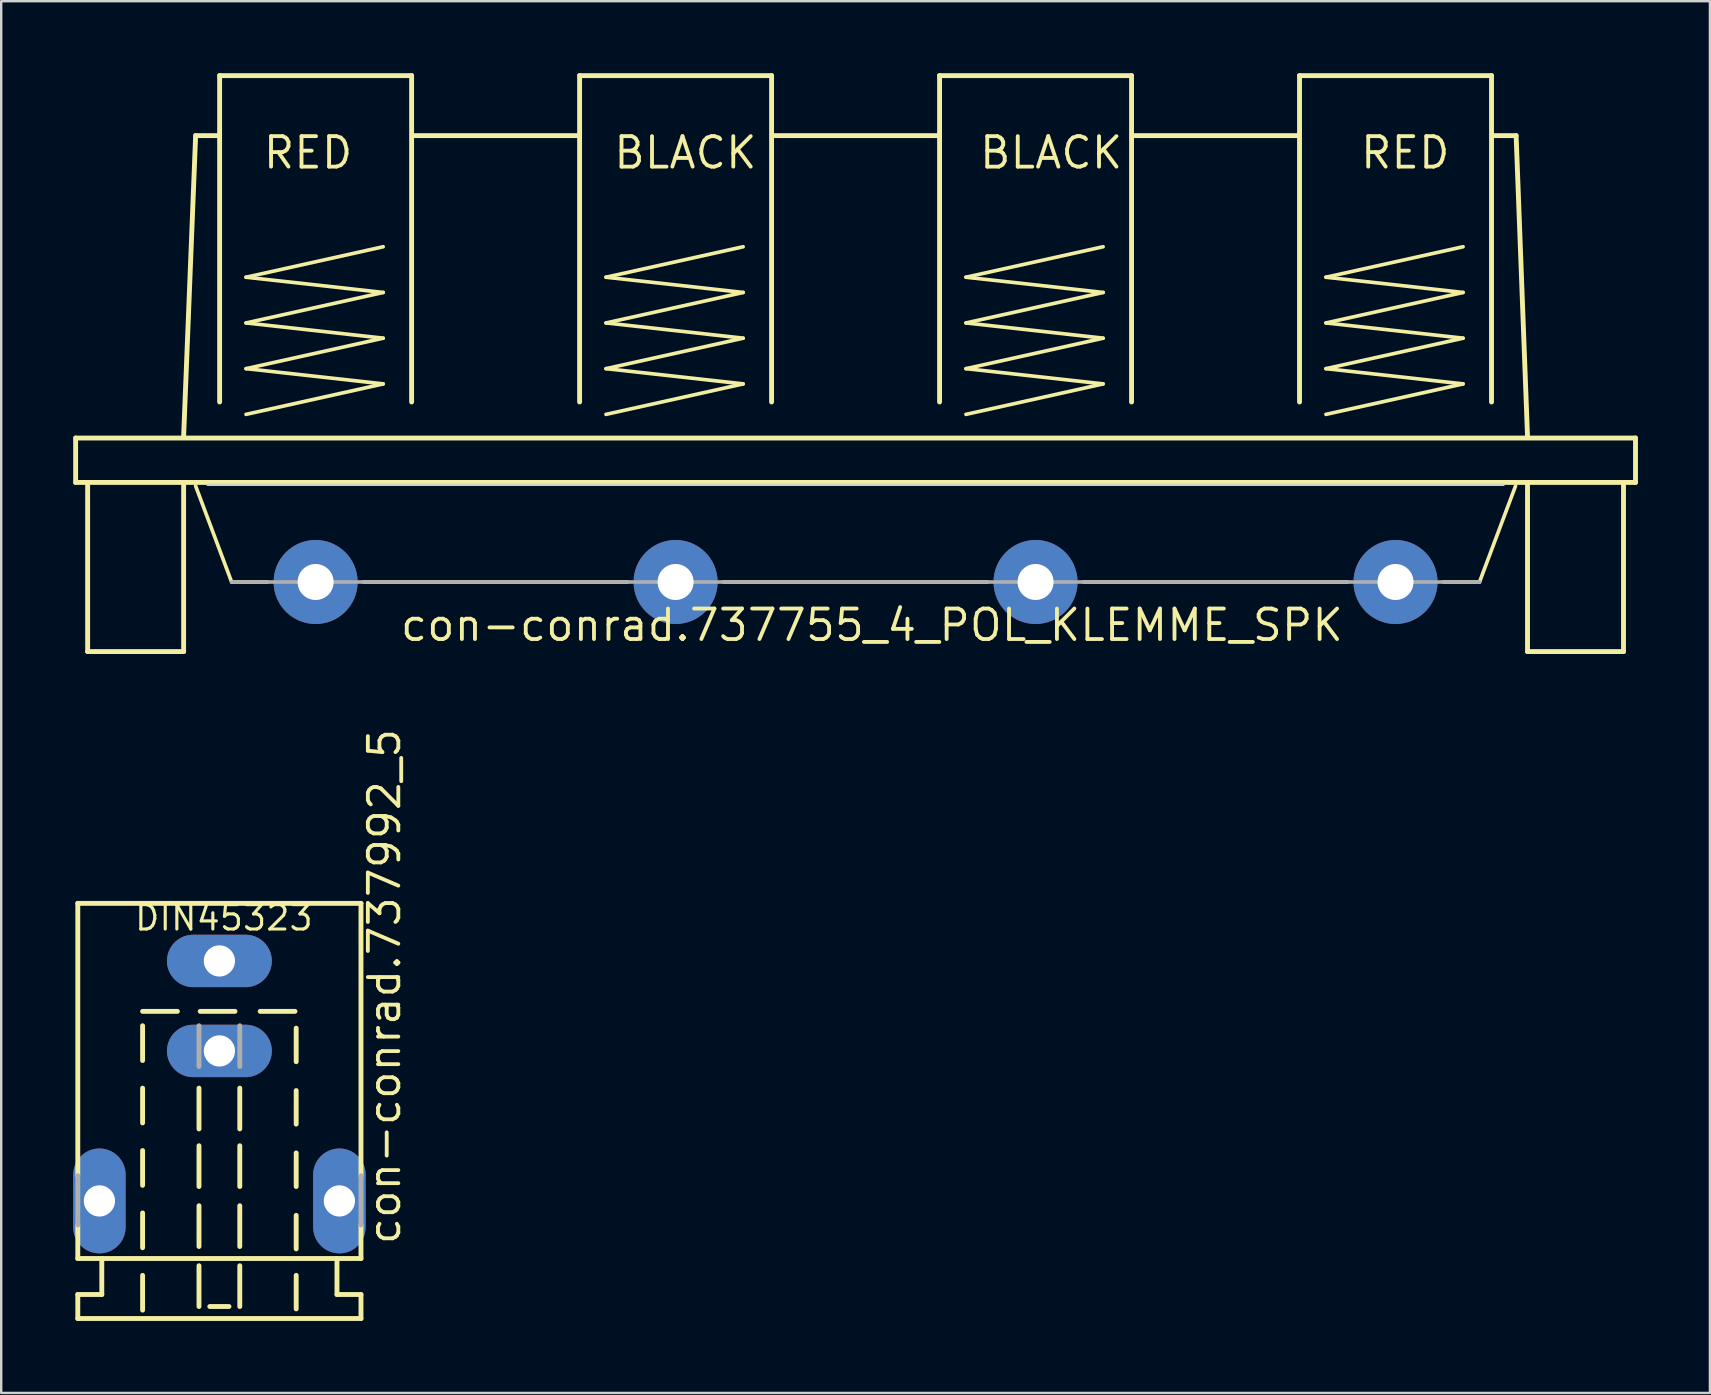
<source format=kicad_pcb>
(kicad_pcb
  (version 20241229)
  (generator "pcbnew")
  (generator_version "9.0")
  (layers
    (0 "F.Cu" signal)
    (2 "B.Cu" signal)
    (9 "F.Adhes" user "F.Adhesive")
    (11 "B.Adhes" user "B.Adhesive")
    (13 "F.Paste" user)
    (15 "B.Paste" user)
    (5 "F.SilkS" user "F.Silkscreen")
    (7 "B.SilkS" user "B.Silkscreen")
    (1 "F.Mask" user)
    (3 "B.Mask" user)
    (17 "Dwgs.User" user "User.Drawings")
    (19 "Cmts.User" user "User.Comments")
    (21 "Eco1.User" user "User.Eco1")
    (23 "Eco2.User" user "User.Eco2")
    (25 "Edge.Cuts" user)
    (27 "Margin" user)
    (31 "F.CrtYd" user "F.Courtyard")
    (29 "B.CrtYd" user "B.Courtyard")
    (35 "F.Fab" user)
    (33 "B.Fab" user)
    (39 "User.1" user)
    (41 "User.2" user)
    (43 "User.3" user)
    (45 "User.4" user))
  (footprint "con-conrad.737992_5"
    (layer "F.Cu")
    (at 6.092 46.993)
    (property "Reference" "con-conrad.737992_5" (at 7.62 1.905 90) (layer "F.SilkS") (effects (font (size 1.27 1.27) (thickness 0.16)) (justify left bottom)))
    (attr through_hole)
    (fp_line (start -5.9 -12.4) (end 5.9 -12.4) (stroke (width 0.203) (type default)) (layer "F.SilkS"))
    (fp_line (start -5.9 -1.05) (end -5.9 -12.4) (stroke (width 0.203) (type default)) (layer "F.SilkS"))
    (fp_line (start -5.9 2.4) (end -5.9 1) (stroke (width 0.203) (type default)) (layer "F.SilkS"))
    (fp_line (start -5.9 3.9) (end -4.9 3.9) (stroke (width 0.203) (type default)) (layer "F.SilkS"))
    (fp_line (start -5.9 4.9) (end -5.9 3.9) (stroke (width 0.203) (type default)) (layer "F.SilkS"))
    (fp_line (start -5.9 4.9) (end 5.9 4.9) (stroke (width 0.203) (type default)) (layer "F.SilkS"))
    (fp_line (start -4.9 2.4) (end -5.9 2.4) (stroke (width 0.203) (type default)) (layer "F.SilkS"))
    (fp_line (start -4.9 2.4) (end 4.9 2.4) (stroke (width 0.203) (type default)) (layer "F.SilkS"))
    (fp_line (start -4.9 3.9) (end -4.9 2.4) (stroke (width 0.203) (type default)) (layer "F.SilkS"))
    (fp_line (start -3.2 -7.9) (end -1.75 -7.9) (stroke (width 0.203) (type default)) (layer "F.SilkS"))
    (fp_line (start -3.2 -7.3) (end -3.2 -5.85) (stroke (width 0.203) (type default)) (layer "F.SilkS"))
    (fp_line (start -3.2 -4.7) (end -3.2 -3.25) (stroke (width 0.203) (type default)) (layer "F.SilkS"))
    (fp_line (start -3.2 -2.1) (end -3.2 -0.65) (stroke (width 0.203) (type default)) (layer "F.SilkS"))
    (fp_line (start -3.2 0.5) (end -3.2 1.95) (stroke (width 0.203) (type default)) (layer "F.SilkS"))
    (fp_line (start -3.2 3.1) (end -3.2 4.55) (stroke (width 0.203) (type default)) (layer "F.SilkS"))
    (fp_line (start -0.85 -4.7) (end -0.85 -3) (stroke (width 0.203) (type default)) (layer "F.SilkS"))
    (fp_line (start -0.85 -2.3) (end -0.85 -0.6) (stroke (width 0.203) (type default)) (layer "F.SilkS"))
    (fp_line (start -0.85 0.2) (end -0.85 1.9) (stroke (width 0.203) (type default)) (layer "F.SilkS"))
    (fp_line (start -0.85 2.7) (end -0.85 4.4) (stroke (width 0.203) (type default)) (layer "F.SilkS"))
    (fp_line (start -0.8 -7.9) (end 0.65 -7.9) (stroke (width 0.203) (type default)) (layer "F.SilkS"))
    (fp_line (start -0.4 4.4) (end 0.4 4.4) (stroke (width 0.203) (type default)) (layer "F.SilkS"))
    (fp_line (start 0.85 -4.7) (end 0.85 -3) (stroke (width 0.203) (type default)) (layer "F.SilkS"))
    (fp_line (start 0.85 -2.3) (end 0.85 -0.6) (stroke (width 0.203) (type default)) (layer "F.SilkS"))
    (fp_line (start 0.85 0.2) (end 0.85 1.9) (stroke (width 0.203) (type default)) (layer "F.SilkS"))
    (fp_line (start 0.85 2.7) (end 0.85 4.4) (stroke (width 0.203) (type default)) (layer "F.SilkS"))
    (fp_line (start 1.7 -7.9) (end 3.15 -7.9) (stroke (width 0.203) (type default)) (layer "F.SilkS"))
    (fp_line (start 3.2 -7.2) (end 3.2 -5.8) (stroke (width 0.203) (type default)) (layer "F.SilkS"))
    (fp_line (start 3.2 -4.6) (end 3.2 -3.2) (stroke (width 0.203) (type default)) (layer "F.SilkS"))
    (fp_line (start 3.2 -2) (end 3.2 -0.6) (stroke (width 0.203) (type default)) (layer "F.SilkS"))
    (fp_line (start 3.2 0.6) (end 3.2 2) (stroke (width 0.203) (type default)) (layer "F.SilkS"))
    (fp_line (start 3.2 3.1) (end 3.2 4.5) (stroke (width 0.203) (type default)) (layer "F.SilkS"))
    (fp_line (start 4.9 2.4) (end 4.9 3.9) (stroke (width 0.203) (type default)) (layer "F.SilkS"))
    (fp_line (start 4.9 3.9) (end 5.9 3.9) (stroke (width 0.203) (type default)) (layer "F.SilkS"))
    (fp_line (start 5.9 -1.05) (end 5.9 -12.4) (stroke (width 0.203) (type default)) (layer "F.SilkS"))
    (fp_line (start 5.9 2.4) (end 4.9 2.4) (stroke (width 0.203) (type default)) (layer "F.SilkS"))
    (fp_line (start 5.9 2.4) (end 5.9 1) (stroke (width 0.203) (type default)) (layer "F.SilkS"))
    (fp_line (start 5.9 4.9) (end 5.9 3.9) (stroke (width 0.203) (type default)) (layer "F.SilkS"))
    (fp_line (start -5.9 -1.05) (end -5.9 1) (stroke (width 0.203) (type default)) (layer "F.Fab"))
    (fp_line (start -0.85 -7.3) (end -0.85 -5.6) (stroke (width 0.203) (type default)) (layer "F.Fab"))
    (fp_line (start 0.85 -7.3) (end 0.85 -5.6) (stroke (width 0.203) (type default)) (layer "F.Fab"))
    (fp_line (start 5.9 -1.05) (end 5.9 1) (stroke (width 0.203) (type default)) (layer "F.Fab"))
    (fp_text user "DIN45323" (at -3.6 -11.2 0) (layer "F.SilkS") (effects (font (size 1.016 1.016) (thickness 0.13)) (justify left bottom)))
    (pad "+" thru_hole oval (at 0 -10) (size 4.369 2.184) (drill 1.3) (layers "*.Cu" "*.Mask"))
    (pad "-1" thru_hole oval (at 5 0 90) (size 4.369 2.184) (drill 1.3) (layers "*.Cu" "*.Mask"))
    (pad "-2" thru_hole oval (at -5 0 90) (size 4.369 2.184) (drill 1.3) (layers "*.Cu" "*.Mask"))
    (pad "K" thru_hole oval (at 0 -6.25) (size 4.369 2.184) (drill 1.3) (layers "*.Cu" "*.Mask")))
  (footprint "con-conrad.737755_4_POL_KLEMME_SPK"
    (layer "F.Cu")
    (at 32.602 21.202)
    (property "Reference" "con-conrad.737755_4_POL_KLEMME_SPK" (at -19.05 2.54 0) (layer "F.SilkS") (effects (font (size 1.27 1.27) (thickness 0.16)) (justify left bottom)))
    (attr through_hole)
    (fp_line (start -32.5 -6) (end -32.5 -4.15) (stroke (width 0.203) (type default)) (layer "F.SilkS"))
    (fp_line (start -32.5 -6) (end 32.5 -6) (stroke (width 0.203) (type default)) (layer "F.SilkS"))
    (fp_line (start -32.5 -4.15) (end 32.5 -4.15) (stroke (width 0.203) (type default)) (layer "F.SilkS"))
    (fp_line (start -32 -4.075) (end -32 2.9) (stroke (width 0.203) (type default)) (layer "F.SilkS"))
    (fp_line (start -32 2.9) (end -28 2.9) (stroke (width 0.203) (type default)) (layer "F.SilkS"))
    (fp_line (start -28 2.9) (end -28 -4.075) (stroke (width 0.203) (type default)) (layer "F.SilkS"))
    (fp_line (start -27.5 -18.6) (end -28 -6.075) (stroke (width 0.203) (type default)) (layer "F.SilkS"))
    (fp_line (start -27.5 -18.6) (end -26.55 -18.6) (stroke (width 0.203) (type default)) (layer "F.SilkS"))
    (fp_line (start -27.5 -4) (end -26 0) (stroke (width 0.152) (type default)) (layer "F.SilkS"))
    (fp_line (start -26.5 -21.1) (end -26.5 -7.5) (stroke (width 0.203) (type default)) (layer "F.SilkS"))
    (fp_line (start -26.5 -21.1) (end -18.5 -21.1) (stroke (width 0.203) (type default)) (layer "F.SilkS"))
    (fp_line (start -26 0) (end -24.5 0) (stroke (width 0.152) (type default)) (layer "F.SilkS"))
    (fp_line (start -25.4 -12.7) (end -19.685 -13.97) (stroke (width 0.152) (type default)) (layer "F.SilkS"))
    (fp_line (start -25.4 -10.795) (end -19.685 -12.065) (stroke (width 0.152) (type default)) (layer "F.SilkS"))
    (fp_line (start -25.4 -8.89) (end -19.685 -10.16) (stroke (width 0.152) (type default)) (layer "F.SilkS"))
    (fp_line (start -25.4 -6.985) (end -19.685 -8.255) (stroke (width 0.152) (type default)) (layer "F.SilkS"))
    (fp_line (start -20.5 0) (end -9.5 0) (stroke (width 0.152) (type default)) (layer "F.SilkS"))
    (fp_line (start -19.685 -12.065) (end -25.4 -12.7) (stroke (width 0.152) (type default)) (layer "F.SilkS"))
    (fp_line (start -19.685 -10.16) (end -25.4 -10.795) (stroke (width 0.152) (type default)) (layer "F.SilkS"))
    (fp_line (start -19.685 -8.255) (end -25.4 -8.89) (stroke (width 0.152) (type default)) (layer "F.SilkS"))
    (fp_line (start -18.5 -21.1) (end -18.5 -7.5) (stroke (width 0.203) (type default)) (layer "F.SilkS"))
    (fp_line (start -18.475 -18.6) (end -11.525 -18.6) (stroke (width 0.203) (type default)) (layer "F.SilkS"))
    (fp_line (start -11.5 -21.1) (end -11.5 -7.5) (stroke (width 0.203) (type default)) (layer "F.SilkS"))
    (fp_line (start -11.5 -21.1) (end -3.5 -21.1) (stroke (width 0.203) (type default)) (layer "F.SilkS"))
    (fp_line (start -10.4 -12.7) (end -4.685 -13.97) (stroke (width 0.152) (type default)) (layer "F.SilkS"))
    (fp_line (start -10.4 -10.795) (end -4.685 -12.065) (stroke (width 0.152) (type default)) (layer "F.SilkS"))
    (fp_line (start -10.4 -8.89) (end -4.685 -10.16) (stroke (width 0.152) (type default)) (layer "F.SilkS"))
    (fp_line (start -10.4 -6.985) (end -4.685 -8.255) (stroke (width 0.152) (type default)) (layer "F.SilkS"))
    (fp_line (start -5.5 0) (end 5.5 0) (stroke (width 0.152) (type default)) (layer "F.SilkS"))
    (fp_line (start -4.685 -12.065) (end -10.4 -12.7) (stroke (width 0.152) (type default)) (layer "F.SilkS"))
    (fp_line (start -4.685 -10.16) (end -10.4 -10.795) (stroke (width 0.152) (type default)) (layer "F.SilkS"))
    (fp_line (start -4.685 -8.255) (end -10.4 -8.89) (stroke (width 0.152) (type default)) (layer "F.SilkS"))
    (fp_line (start -3.5 -21.1) (end -3.5 -7.5) (stroke (width 0.203) (type default)) (layer "F.SilkS"))
    (fp_line (start -3.45 -18.6) (end 3.45 -18.6) (stroke (width 0.203) (type default)) (layer "F.SilkS"))
    (fp_line (start 3.5 -21.1) (end 3.5 -7.5) (stroke (width 0.203) (type default)) (layer "F.SilkS"))
    (fp_line (start 3.5 -21.1) (end 11.5 -21.1) (stroke (width 0.203) (type default)) (layer "F.SilkS"))
    (fp_line (start 4.6 -12.7) (end 10.315 -13.97) (stroke (width 0.152) (type default)) (layer "F.SilkS"))
    (fp_line (start 4.6 -10.795) (end 10.315 -12.065) (stroke (width 0.152) (type default)) (layer "F.SilkS"))
    (fp_line (start 4.6 -8.89) (end 10.315 -10.16) (stroke (width 0.152) (type default)) (layer "F.SilkS"))
    (fp_line (start 4.6 -6.985) (end 10.315 -8.255) (stroke (width 0.152) (type default)) (layer "F.SilkS"))
    (fp_line (start 9.5 0) (end 20.5 0) (stroke (width 0.152) (type default)) (layer "F.SilkS"))
    (fp_line (start 10.315 -12.065) (end 4.6 -12.7) (stroke (width 0.152) (type default)) (layer "F.SilkS"))
    (fp_line (start 10.315 -10.16) (end 4.6 -10.795) (stroke (width 0.152) (type default)) (layer "F.SilkS"))
    (fp_line (start 10.315 -8.255) (end 4.6 -8.89) (stroke (width 0.152) (type default)) (layer "F.SilkS"))
    (fp_line (start 11.5 -21.1) (end 11.5 -7.5) (stroke (width 0.203) (type default)) (layer "F.SilkS"))
    (fp_line (start 11.525 -18.6) (end 18.475 -18.6) (stroke (width 0.203) (type default)) (layer "F.SilkS"))
    (fp_line (start 18.5 -21.1) (end 18.5 -7.5) (stroke (width 0.203) (type default)) (layer "F.SilkS"))
    (fp_line (start 18.5 -21.1) (end 26.5 -21.1) (stroke (width 0.203) (type default)) (layer "F.SilkS"))
    (fp_line (start 19.6 -12.7) (end 25.315 -13.97) (stroke (width 0.152) (type default)) (layer "F.SilkS"))
    (fp_line (start 19.6 -10.795) (end 25.315 -12.065) (stroke (width 0.152) (type default)) (layer "F.SilkS"))
    (fp_line (start 19.6 -8.89) (end 25.315 -10.16) (stroke (width 0.152) (type default)) (layer "F.SilkS"))
    (fp_line (start 19.6 -6.985) (end 25.315 -8.255) (stroke (width 0.152) (type default)) (layer "F.SilkS"))
    (fp_line (start 24.5 0) (end 26 0) (stroke (width 0.152) (type default)) (layer "F.SilkS"))
    (fp_line (start 25.315 -12.065) (end 19.6 -12.7) (stroke (width 0.152) (type default)) (layer "F.SilkS"))
    (fp_line (start 25.315 -10.16) (end 19.6 -10.795) (stroke (width 0.152) (type default)) (layer "F.SilkS"))
    (fp_line (start 25.315 -8.255) (end 19.6 -8.89) (stroke (width 0.152) (type default)) (layer "F.SilkS"))
    (fp_line (start 26 0) (end 27.5 -4) (stroke (width 0.152) (type default)) (layer "F.SilkS"))
    (fp_line (start 26.5 -21.1) (end 26.5 -7.5) (stroke (width 0.203) (type default)) (layer "F.SilkS"))
    (fp_line (start 26.55 -18.6) (end 27.525 -18.6) (stroke (width 0.203) (type default)) (layer "F.SilkS"))
    (fp_line (start 27.525 -18.6) (end 28 -6.075) (stroke (width 0.203) (type default)) (layer "F.SilkS"))
    (fp_line (start 28 -4.1) (end 28 2.9) (stroke (width 0.203) (type default)) (layer "F.SilkS"))
    (fp_line (start 28 2.9) (end 32 2.9) (stroke (width 0.203) (type default)) (layer "F.SilkS"))
    (fp_line (start 32 2.9) (end 32 -4.1) (stroke (width 0.203) (type default)) (layer "F.SilkS"))
    (fp_line (start 32.5 -6) (end 32.5 -4.15) (stroke (width 0.203) (type default)) (layer "F.SilkS"))
    (fp_line (start -27 -4.05) (end 27 -4.05) (stroke (width 0.1) (type default)) (layer "Edge.Cuts"))
    (fp_line (start -26 0) (end 26 0) (stroke (width 0.152) (type default)) (layer "F.Fab"))
    (fp_text user "RED" (at -24.765 -17.145 0) (layer "F.SilkS") (effects (font (size 1.27 1.27) (thickness 0.16)) (justify left bottom)))
    (fp_text user "BLACK" (at 5.08 -17.145 0) (layer "F.SilkS") (effects (font (size 1.27 1.27) (thickness 0.16)) (justify left bottom)))
    (fp_text user "RED" (at 20.955 -17.145 0) (layer "F.SilkS") (effects (font (size 1.27 1.27) (thickness 0.16)) (justify left bottom)))
    (fp_text user "BLACK" (at -10.16 -17.145 0) (layer "F.SilkS") (effects (font (size 1.27 1.27) (thickness 0.16)) (justify left bottom)))
    (pad "1" thru_hole circle (at -22.5 0) (size 3.5 3.5) (drill 1.5) (layers "*.Cu" "*.Mask"))
    (pad "2" thru_hole circle (at -7.5 0) (size 3.5 3.5) (drill 1.5) (layers "*.Cu" "*.Mask"))
    (pad "3" thru_hole circle (at 7.5 0) (size 3.5 3.5) (drill 1.5) (layers "*.Cu" "*.Mask"))
    (pad "4" thru_hole circle (at 22.5 0) (size 3.5 3.5) (drill 1.5) (layers "*.Cu" "*.Mask")))
  (gr_rect
    (start -3 -3)
    (end 68.203 54.995)
    (stroke (width 0.1) (type default))
    (fill no)
    (layer "Edge.Cuts")))
</source>
